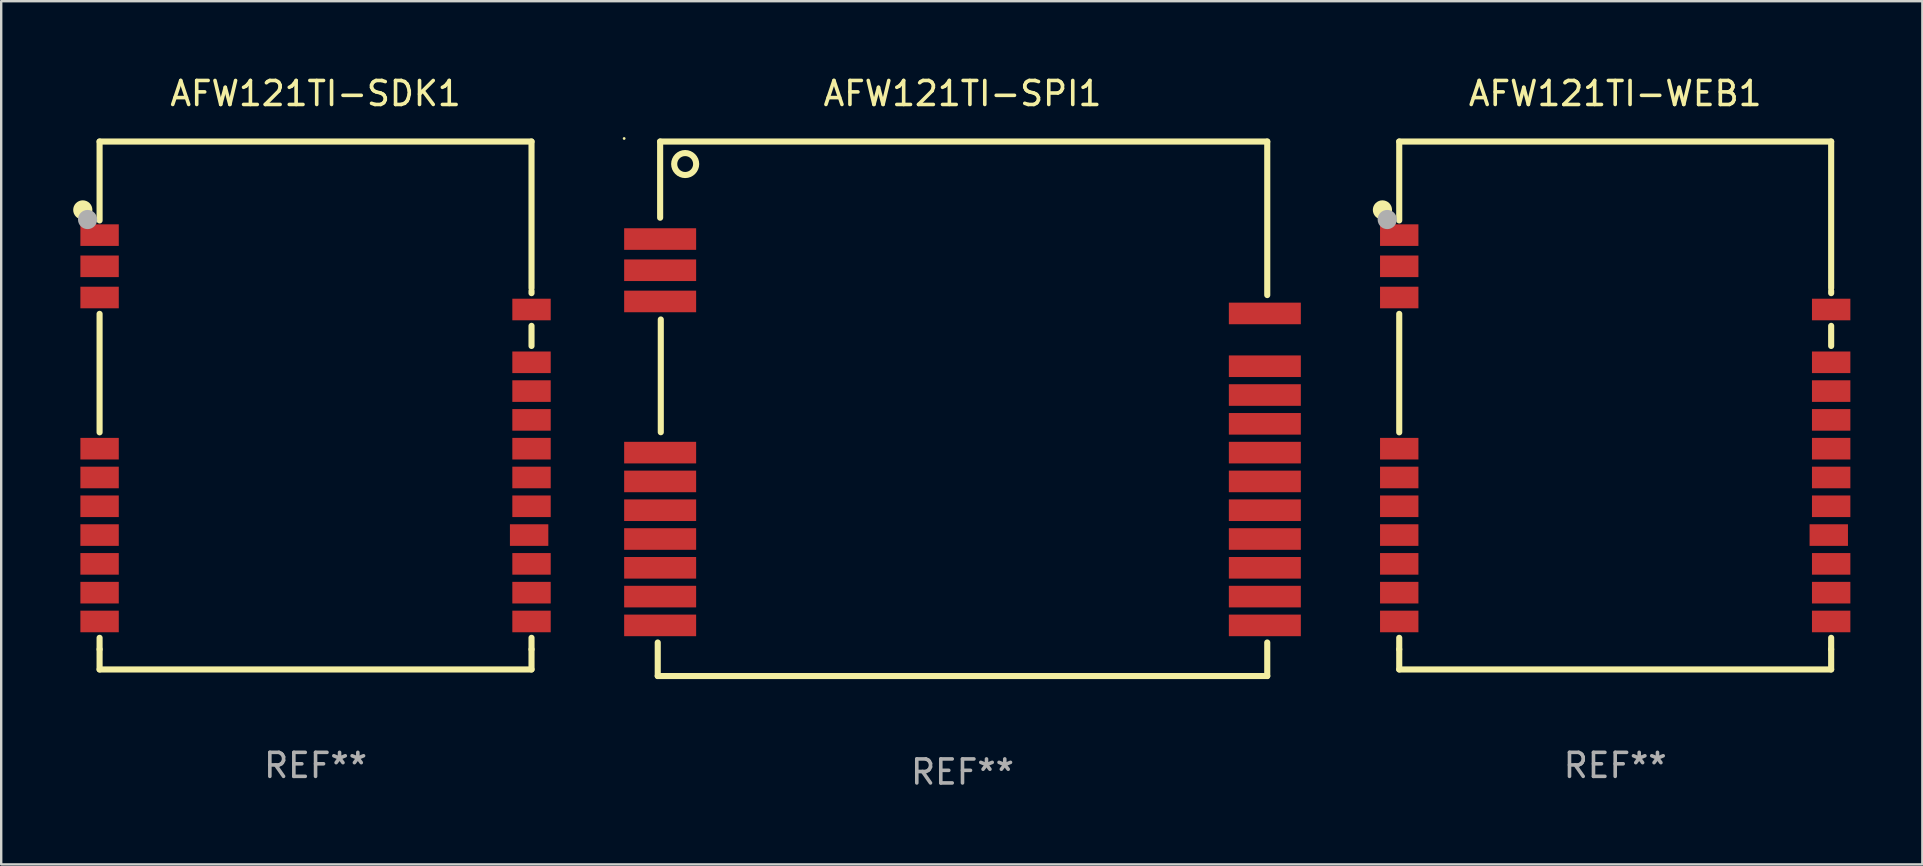
<source format=kicad_pcb>
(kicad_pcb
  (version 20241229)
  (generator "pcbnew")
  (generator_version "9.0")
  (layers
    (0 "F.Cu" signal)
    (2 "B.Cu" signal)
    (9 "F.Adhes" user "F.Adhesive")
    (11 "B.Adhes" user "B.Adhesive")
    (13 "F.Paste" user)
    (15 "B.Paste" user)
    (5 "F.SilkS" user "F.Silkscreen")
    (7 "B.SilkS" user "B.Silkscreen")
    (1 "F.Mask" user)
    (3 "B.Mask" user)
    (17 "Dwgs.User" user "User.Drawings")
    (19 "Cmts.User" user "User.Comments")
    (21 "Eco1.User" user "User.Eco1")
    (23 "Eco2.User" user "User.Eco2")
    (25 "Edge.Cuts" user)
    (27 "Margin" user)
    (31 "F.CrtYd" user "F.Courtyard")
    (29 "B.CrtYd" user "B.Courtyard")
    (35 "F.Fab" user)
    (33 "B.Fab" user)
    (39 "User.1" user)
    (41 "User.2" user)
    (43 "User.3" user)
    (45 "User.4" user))
  (footprint "AFW121TI-WEB1"
    (layer "F.Cu")
    (at 64.26 13.848)
    (property "Reference" "AFW121TI-WEB1" (at 0 -13 0) (layer "F.SilkS") (effects (font (size 1 1) (thickness 0.15))))
    (attr through_hole)
    (fp_line (start -9 -11) (end -9 -7.711) (stroke (width 0.254) (type solid)) (layer "F.SilkS"))
    (fp_line (start -9 1.119) (end -9 -3.819) (stroke (width 0.254) (type solid)) (layer "F.SilkS"))
    (fp_line (start -9 10.161) (end -9 9.681) (stroke (width 0.254) (type solid)) (layer "F.SilkS"))
    (fp_line (start -9 10.161) (end -9 11) (stroke (width 0.254) (type solid)) (layer "F.SilkS"))
    (fp_line (start -9 11) (end 9 11) (stroke (width 0.254) (type solid)) (layer "F.SilkS"))
    (fp_line (start 9 -11) (end -9 -11) (stroke (width 0.254) (type solid)) (layer "F.SilkS"))
    (fp_line (start 9 -4.891) (end 9 -11) (stroke (width 0.254) (type solid)) (layer "F.SilkS"))
    (fp_line (start 9 -4.681) (end 9 -4.775) (stroke (width 0.254) (type solid)) (layer "F.SilkS"))
    (fp_line (start 9 -2.481) (end 9 -3.319) (stroke (width 0.254) (type solid)) (layer "F.SilkS"))
    (fp_line (start 9 10.161) (end 9 9.681) (stroke (width 0.254) (type solid)) (layer "F.SilkS"))
    (fp_line (start 9 11) (end 9 10.161) (stroke (width 0.254) (type solid)) (layer "F.SilkS"))
    (fp_circle (center -9.7 -8.15) (end -9.5 -8.15) (stroke (width 0.4) (type solid)) (fill no) (layer "F.SilkS"))
    (fp_circle (center -9 -11) (end -8.97 -11) (stroke (width 0.06) (type solid)) (fill no) (layer "F.SilkS"))
    (fp_circle (center -9.5 -7.75) (end -9.3 -7.75) (stroke (width 0.4) (type solid)) (fill no) (layer "F.Fab"))
    (fp_text user "REF**" (at 0 15 0) (layer "F.Fab") (effects (font (size 1 1) (thickness 0.15))))
    (pad "1" smd rect (at -9 -7.1) (size 1.6 0.9) (layers "F.Cu" "F.Mask" "F.Paste"))
    (pad "2" smd rect (at -9 -5.8) (size 1.6 0.9) (layers "F.Cu" "F.Mask" "F.Paste"))
    (pad "3" smd rect (at -9 -4.5) (size 1.6 0.9) (layers "F.Cu" "F.Mask" "F.Paste"))
    (pad "4" smd rect (at -9 1.8) (size 1.6 0.9) (layers "F.Cu" "F.Mask" "F.Paste"))
    (pad "5" smd rect (at -9 3) (size 1.6 0.9) (layers "F.Cu" "F.Mask" "F.Paste"))
    (pad "6" smd rect (at -9 4.2) (size 1.6 0.9) (layers "F.Cu" "F.Mask" "F.Paste"))
    (pad "7" smd rect (at -9 5.4) (size 1.6 0.9) (layers "F.Cu" "F.Mask" "F.Paste"))
    (pad "8" smd rect (at -9 6.6) (size 1.6 0.9) (layers "F.Cu" "F.Mask" "F.Paste"))
    (pad "9" smd rect (at -9 7.8) (size 1.6 0.9) (layers "F.Cu" "F.Mask" "F.Paste"))
    (pad "10" smd rect (at -9 9) (size 1.6 0.9) (layers "F.Cu" "F.Mask" "F.Paste"))
    (pad "11" smd rect (at 9 9) (size 1.6 0.9) (layers "F.Cu" "F.Mask" "F.Paste"))
    (pad "12" smd rect (at 9 7.8) (size 1.6 0.9) (layers "F.Cu" "F.Mask" "F.Paste"))
    (pad "13" smd rect (at 9 6.6) (size 1.6 0.9) (layers "F.Cu" "F.Mask" "F.Paste"))
    (pad "14" smd rect (at 8.9 5.4) (size 1.6 0.9) (layers "F.Cu" "F.Mask" "F.Paste"))
    (pad "15" smd rect (at 9 4.2) (size 1.6 0.9) (layers "F.Cu" "F.Mask" "F.Paste"))
    (pad "16" smd rect (at 9 3) (size 1.6 0.9) (layers "F.Cu" "F.Mask" "F.Paste"))
    (pad "17" smd rect (at 9 1.8) (size 1.6 0.9) (layers "F.Cu" "F.Mask" "F.Paste"))
    (pad "18" smd rect (at 9 0.6) (size 1.6 0.9) (layers "F.Cu" "F.Mask" "F.Paste"))
    (pad "19" smd rect (at 9 -0.6) (size 1.6 0.9) (layers "F.Cu" "F.Mask" "F.Paste"))
    (pad "20" smd rect (at 9 -1.8) (size 1.6 0.9) (layers "F.Cu" "F.Mask" "F.Paste"))
    (pad "21" smd rect (at 9 -4) (size 1.6 0.9) (layers "F.Cu" "F.Mask" "F.Paste")))
  (footprint "AFW121TI-SPI1"
    (layer "F.Cu")
    (at 37.06 13.985)
    (property "Reference" "AFW121TI-SPI1" (at 0 -13.137 0) (layer "F.SilkS") (effects (font (size 1 1) (thickness 0.15))))
    (attr through_hole)
    (fp_line (start -12.7 9.74) (end -12.7 11.137) (stroke (width 0.254) (type solid)) (layer "F.SilkS"))
    (fp_line (start -12.7 11.137) (end 12.7 11.137) (stroke (width 0.254) (type solid)) (layer "F.SilkS"))
    (fp_line (start -12.6 -11.137) (end 12.7 -11.137) (stroke (width 0.254) (type solid)) (layer "F.SilkS"))
    (fp_line (start -12.6 -7.962) (end -12.6 -11.137) (stroke (width 0.254) (type solid)) (layer "F.SilkS"))
    (fp_line (start -12.573 -3.722) (end -12.573 0.977) (stroke (width 0.254) (type solid)) (layer "F.SilkS"))
    (fp_line (start 12.7 -11.137) (end 12.7 -4.738) (stroke (width 0.254) (type solid)) (layer "F.SilkS"))
    (fp_line (start 12.7 11.137) (end 12.7 9.74) (stroke (width 0.254) (type solid)) (layer "F.SilkS"))
    (fp_circle (center -14.1 -11.264) (end -14.07 -11.264) (stroke (width 0.06) (type solid)) (fill no) (layer "F.SilkS"))
    (fp_circle (center -11.557 -10.199) (end -11.099 -10.199) (stroke (width 0.254) (type solid)) (fill no) (layer "F.SilkS"))
    (fp_text user "REF**" (at 0 15.137 0) (layer "F.Fab") (effects (font (size 1 1) (thickness 0.15))))
    (pad "1" smd rect (at -12.6 -7.073) (size 3 0.9) (layers "F.Cu" "F.Mask" "F.Paste"))
    (pad "2" smd rect (at -12.6 -5.773) (size 3 0.9) (layers "F.Cu" "F.Mask" "F.Paste"))
    (pad "3" smd rect (at -12.6 -4.473) (size 3 0.9) (layers "F.Cu" "F.Mask" "F.Paste"))
    (pad "4" smd rect (at -12.6 1.827) (size 3 0.9) (layers "F.Cu" "F.Mask" "F.Paste"))
    (pad "5" smd rect (at -12.6 3.027) (size 3 0.9) (layers "F.Cu" "F.Mask" "F.Paste"))
    (pad "6" smd rect (at -12.6 4.227) (size 3 0.9) (layers "F.Cu" "F.Mask" "F.Paste"))
    (pad "7" smd rect (at -12.6 5.427) (size 3 0.9) (layers "F.Cu" "F.Mask" "F.Paste"))
    (pad "8" smd rect (at -12.6 6.627) (size 3 0.9) (layers "F.Cu" "F.Mask" "F.Paste"))
    (pad "9" smd rect (at -12.6 7.827) (size 3 0.9) (layers "F.Cu" "F.Mask" "F.Paste"))
    (pad "10" smd rect (at -12.6 9.027) (size 3 0.9) (layers "F.Cu" "F.Mask" "F.Paste"))
    (pad "11" smd rect (at 12.6 9.027) (size 3 0.9) (layers "F.Cu" "F.Mask" "F.Paste"))
    (pad "12" smd rect (at 12.6 7.827) (size 3 0.9) (layers "F.Cu" "F.Mask" "F.Paste"))
    (pad "13" smd rect (at 12.6 6.627) (size 3 0.9) (layers "F.Cu" "F.Mask" "F.Paste"))
    (pad "14" smd rect (at 12.6 5.427) (size 3 0.9) (layers "F.Cu" "F.Mask" "F.Paste"))
    (pad "15" smd rect (at 12.6 4.227) (size 3 0.9) (layers "F.Cu" "F.Mask" "F.Paste"))
    (pad "16" smd rect (at 12.6 3.027) (size 3 0.9) (layers "F.Cu" "F.Mask" "F.Paste"))
    (pad "17" smd rect (at 12.6 1.827) (size 3 0.9) (layers "F.Cu" "F.Mask" "F.Paste"))
    (pad "18" smd rect (at 12.6 0.627) (size 3 0.9) (layers "F.Cu" "F.Mask" "F.Paste"))
    (pad "19" smd rect (at 12.6 -0.573) (size 3 0.9) (layers "F.Cu" "F.Mask" "F.Paste"))
    (pad "20" smd rect (at 12.6 -1.773) (size 3 0.9) (layers "F.Cu" "F.Mask" "F.Paste"))
    (pad "21" smd rect (at 12.6 -3.973) (size 3 0.9) (layers "F.Cu" "F.Mask" "F.Paste")))
  (footprint "AFW121TI-SDK1"
    (layer "F.Cu")
    (at 10.1 13.848)
    (property "Reference" "AFW121TI-SDK1" (at 0 -13 0) (layer "F.SilkS") (effects (font (size 1 1) (thickness 0.15))))
    (attr through_hole)
    (fp_line (start -9 -11) (end -9 -7.711) (stroke (width 0.254) (type solid)) (layer "F.SilkS"))
    (fp_line (start -9 1.119) (end -9 -3.819) (stroke (width 0.254) (type solid)) (layer "F.SilkS"))
    (fp_line (start -9 10.161) (end -9 9.681) (stroke (width 0.254) (type solid)) (layer "F.SilkS"))
    (fp_line (start -9 10.161) (end -9 11) (stroke (width 0.254) (type solid)) (layer "F.SilkS"))
    (fp_line (start -9 11) (end 9 11) (stroke (width 0.254) (type solid)) (layer "F.SilkS"))
    (fp_line (start 9 -11) (end -9 -11) (stroke (width 0.254) (type solid)) (layer "F.SilkS"))
    (fp_line (start 9 -4.891) (end 9 -11) (stroke (width 0.254) (type solid)) (layer "F.SilkS"))
    (fp_line (start 9 -4.681) (end 9 -4.775) (stroke (width 0.254) (type solid)) (layer "F.SilkS"))
    (fp_line (start 9 -2.481) (end 9 -3.319) (stroke (width 0.254) (type solid)) (layer "F.SilkS"))
    (fp_line (start 9 10.161) (end 9 9.681) (stroke (width 0.254) (type solid)) (layer "F.SilkS"))
    (fp_line (start 9 11) (end 9 10.161) (stroke (width 0.254) (type solid)) (layer "F.SilkS"))
    (fp_circle (center -9.7 -8.15) (end -9.5 -8.15) (stroke (width 0.4) (type solid)) (fill no) (layer "F.SilkS"))
    (fp_circle (center -9 -11) (end -8.97 -11) (stroke (width 0.06) (type solid)) (fill no) (layer "F.SilkS"))
    (fp_circle (center -9.5 -7.75) (end -9.3 -7.75) (stroke (width 0.4) (type solid)) (fill no) (layer "F.Fab"))
    (fp_text user "REF**" (at 0 15 0) (layer "F.Fab") (effects (font (size 1 1) (thickness 0.15))))
    (pad "1" smd rect (at -9 -7.1) (size 1.6 0.9) (layers "F.Cu" "F.Mask" "F.Paste"))
    (pad "2" smd rect (at -9 -5.8) (size 1.6 0.9) (layers "F.Cu" "F.Mask" "F.Paste"))
    (pad "3" smd rect (at -9 -4.5) (size 1.6 0.9) (layers "F.Cu" "F.Mask" "F.Paste"))
    (pad "4" smd rect (at -9 1.8) (size 1.6 0.9) (layers "F.Cu" "F.Mask" "F.Paste"))
    (pad "5" smd rect (at -9 3) (size 1.6 0.9) (layers "F.Cu" "F.Mask" "F.Paste"))
    (pad "6" smd rect (at -9 4.2) (size 1.6 0.9) (layers "F.Cu" "F.Mask" "F.Paste"))
    (pad "7" smd rect (at -9 5.4) (size 1.6 0.9) (layers "F.Cu" "F.Mask" "F.Paste"))
    (pad "8" smd rect (at -9 6.6) (size 1.6 0.9) (layers "F.Cu" "F.Mask" "F.Paste"))
    (pad "9" smd rect (at -9 7.8) (size 1.6 0.9) (layers "F.Cu" "F.Mask" "F.Paste"))
    (pad "10" smd rect (at -9 9) (size 1.6 0.9) (layers "F.Cu" "F.Mask" "F.Paste"))
    (pad "11" smd rect (at 9 9) (size 1.6 0.9) (layers "F.Cu" "F.Mask" "F.Paste"))
    (pad "12" smd rect (at 9 7.8) (size 1.6 0.9) (layers "F.Cu" "F.Mask" "F.Paste"))
    (pad "13" smd rect (at 9 6.6) (size 1.6 0.9) (layers "F.Cu" "F.Mask" "F.Paste"))
    (pad "14" smd rect (at 8.9 5.4) (size 1.6 0.9) (layers "F.Cu" "F.Mask" "F.Paste"))
    (pad "15" smd rect (at 9 4.2) (size 1.6 0.9) (layers "F.Cu" "F.Mask" "F.Paste"))
    (pad "16" smd rect (at 9 3) (size 1.6 0.9) (layers "F.Cu" "F.Mask" "F.Paste"))
    (pad "17" smd rect (at 9 1.8) (size 1.6 0.9) (layers "F.Cu" "F.Mask" "F.Paste"))
    (pad "18" smd rect (at 9 0.6) (size 1.6 0.9) (layers "F.Cu" "F.Mask" "F.Paste"))
    (pad "19" smd rect (at 9 -0.6) (size 1.6 0.9) (layers "F.Cu" "F.Mask" "F.Paste"))
    (pad "20" smd rect (at 9 -1.8) (size 1.6 0.9) (layers "F.Cu" "F.Mask" "F.Paste"))
    (pad "21" smd rect (at 9 -4) (size 1.6 0.9) (layers "F.Cu" "F.Mask" "F.Paste")))
  (gr_rect
    (start -3 -3)
    (end 77.06 32.971)
    (stroke (width 0.1) (type default))
    (fill no)
    (layer "Edge.Cuts")))
</source>
